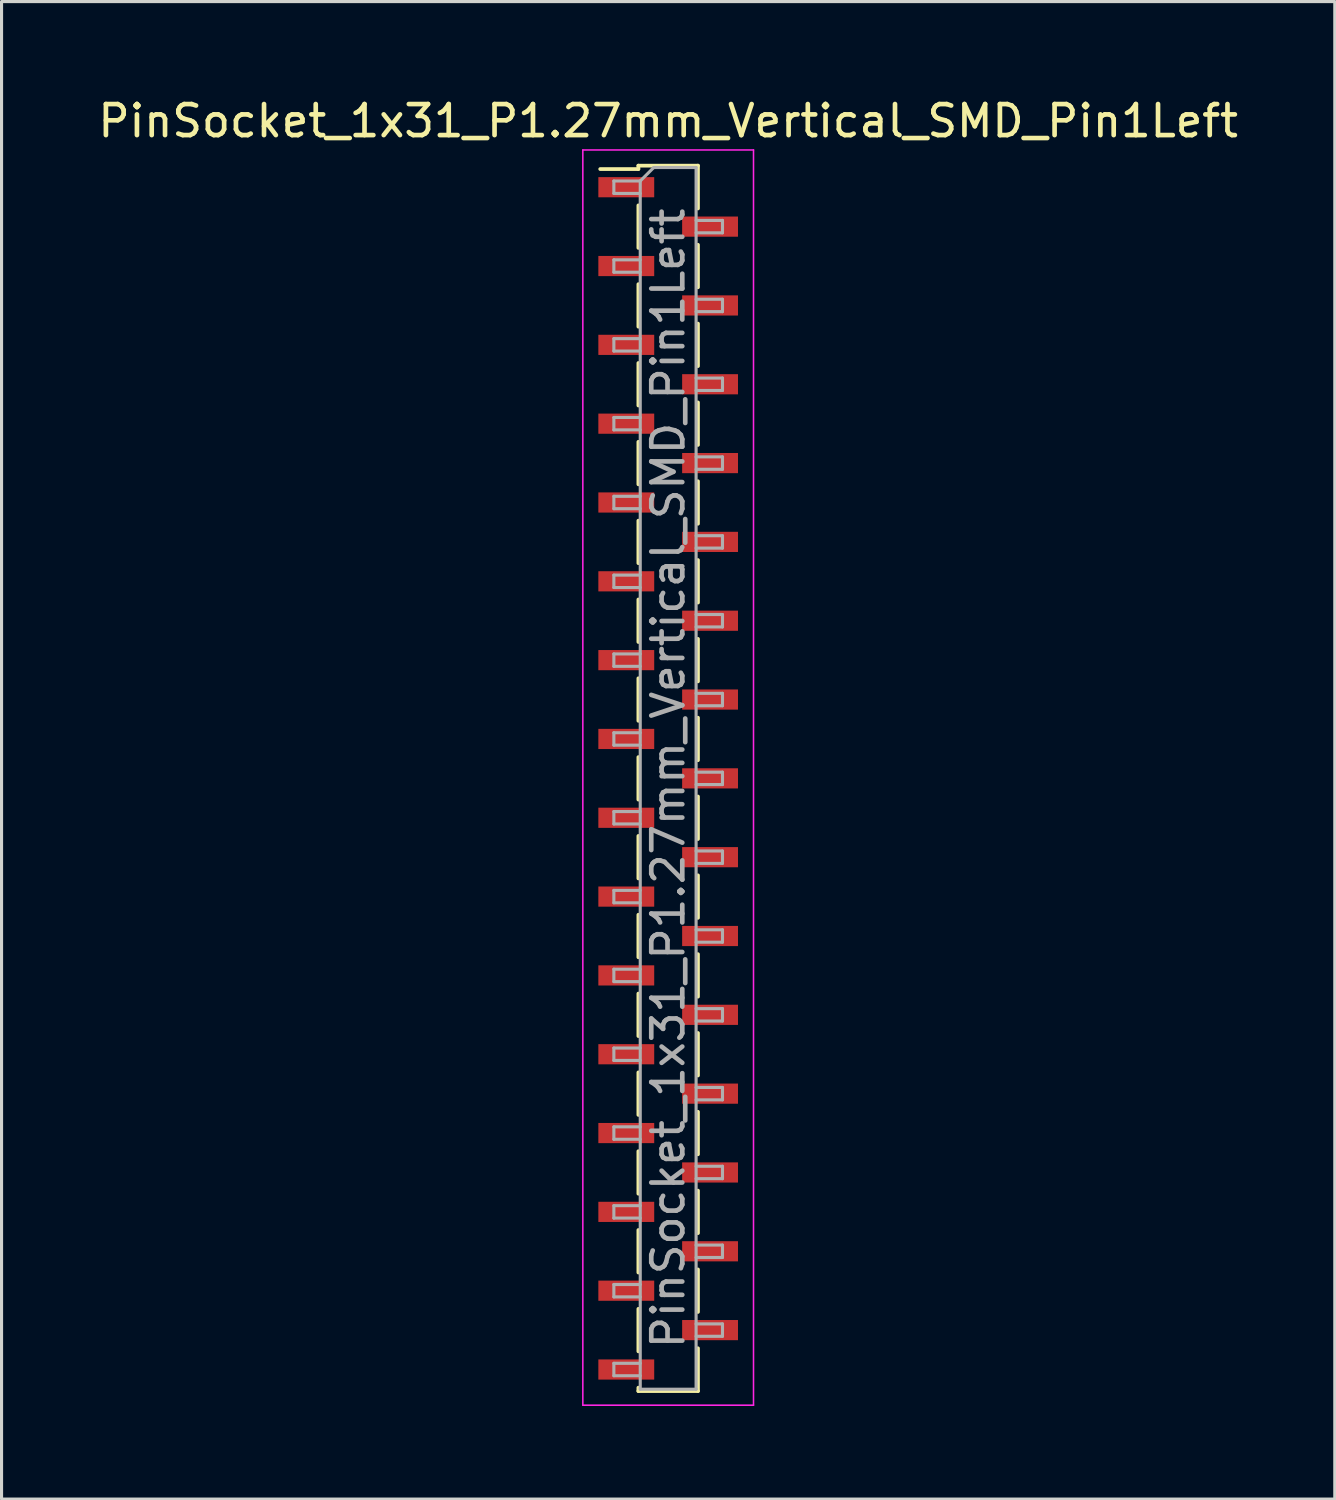
<source format=kicad_pcb>
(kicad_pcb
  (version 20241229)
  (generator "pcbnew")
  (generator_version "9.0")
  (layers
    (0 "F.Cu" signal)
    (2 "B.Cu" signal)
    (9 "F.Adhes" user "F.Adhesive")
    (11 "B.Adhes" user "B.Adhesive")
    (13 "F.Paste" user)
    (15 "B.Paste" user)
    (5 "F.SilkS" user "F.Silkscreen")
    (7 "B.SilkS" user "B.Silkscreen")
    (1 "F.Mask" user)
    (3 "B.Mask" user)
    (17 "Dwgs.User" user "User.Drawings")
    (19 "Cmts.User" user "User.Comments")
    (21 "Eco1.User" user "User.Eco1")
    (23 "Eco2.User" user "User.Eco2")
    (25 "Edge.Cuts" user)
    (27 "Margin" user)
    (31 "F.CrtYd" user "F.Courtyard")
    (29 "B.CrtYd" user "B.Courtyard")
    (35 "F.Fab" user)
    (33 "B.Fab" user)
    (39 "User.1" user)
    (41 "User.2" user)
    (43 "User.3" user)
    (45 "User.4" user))
  (footprint "PinSocket_1x31_P1.27mm_Vertical_SMD_Pin1Left"
    (layer "F.Cu")
    (at 18.482 22.033)
    (property "Reference" "PinSocket_1x31_P1.27mm_Vertical_SMD_Pin1Left" (at 0 -21.185 0) (layer "F.SilkS") (effects (font (size 1 1) (thickness 0.15))))
    (attr smd)
    (fp_line (start -2.19 -19.635) (end -0.96 -19.635) (stroke (width 0.12) (type solid)) (layer "F.SilkS"))
    (fp_line (start -0.96 -19.745) (end -0.96 -19.635) (stroke (width 0.12) (type solid)) (layer "F.SilkS"))
    (fp_line (start -0.96 -19.745) (end 0.96 -19.745) (stroke (width 0.12) (type solid)) (layer "F.SilkS"))
    (fp_line (start -0.96 -18.465) (end -0.96 -17.095) (stroke (width 0.12) (type solid)) (layer "F.SilkS"))
    (fp_line (start -0.96 -15.925) (end -0.96 -14.555) (stroke (width 0.12) (type solid)) (layer "F.SilkS"))
    (fp_line (start -0.96 -13.385) (end -0.96 -12.015) (stroke (width 0.12) (type solid)) (layer "F.SilkS"))
    (fp_line (start -0.96 -10.845) (end -0.96 -9.475) (stroke (width 0.12) (type solid)) (layer "F.SilkS"))
    (fp_line (start -0.96 -8.305) (end -0.96 -6.935) (stroke (width 0.12) (type solid)) (layer "F.SilkS"))
    (fp_line (start -0.96 -5.765) (end -0.96 -4.395) (stroke (width 0.12) (type solid)) (layer "F.SilkS"))
    (fp_line (start -0.96 -3.225) (end -0.96 -1.855) (stroke (width 0.12) (type solid)) (layer "F.SilkS"))
    (fp_line (start -0.96 -0.685) (end -0.96 0.685) (stroke (width 0.12) (type solid)) (layer "F.SilkS"))
    (fp_line (start -0.96 1.855) (end -0.96 3.225) (stroke (width 0.12) (type solid)) (layer "F.SilkS"))
    (fp_line (start -0.96 4.395) (end -0.96 5.765) (stroke (width 0.12) (type solid)) (layer "F.SilkS"))
    (fp_line (start -0.96 6.935) (end -0.96 8.305) (stroke (width 0.12) (type solid)) (layer "F.SilkS"))
    (fp_line (start -0.96 9.475) (end -0.96 10.845) (stroke (width 0.12) (type solid)) (layer "F.SilkS"))
    (fp_line (start -0.96 12.015) (end -0.96 13.385) (stroke (width 0.12) (type solid)) (layer "F.SilkS"))
    (fp_line (start -0.96 14.555) (end -0.96 15.925) (stroke (width 0.12) (type solid)) (layer "F.SilkS"))
    (fp_line (start -0.96 17.095) (end -0.96 18.465) (stroke (width 0.12) (type solid)) (layer "F.SilkS"))
    (fp_line (start -0.96 19.635) (end -0.96 19.745) (stroke (width 0.12) (type solid)) (layer "F.SilkS"))
    (fp_line (start -0.96 19.745) (end 0.96 19.745) (stroke (width 0.12) (type solid)) (layer "F.SilkS"))
    (fp_line (start 0.96 -19.745) (end 0.96 -18.365) (stroke (width 0.12) (type solid)) (layer "F.SilkS"))
    (fp_line (start 0.96 -17.195) (end 0.96 -15.825) (stroke (width 0.12) (type solid)) (layer "F.SilkS"))
    (fp_line (start 0.96 -14.655) (end 0.96 -13.285) (stroke (width 0.12) (type solid)) (layer "F.SilkS"))
    (fp_line (start 0.96 -12.115) (end 0.96 -10.745) (stroke (width 0.12) (type solid)) (layer "F.SilkS"))
    (fp_line (start 0.96 -9.575) (end 0.96 -8.205) (stroke (width 0.12) (type solid)) (layer "F.SilkS"))
    (fp_line (start 0.96 -7.035) (end 0.96 -5.665) (stroke (width 0.12) (type solid)) (layer "F.SilkS"))
    (fp_line (start 0.96 -4.495) (end 0.96 -3.125) (stroke (width 0.12) (type solid)) (layer "F.SilkS"))
    (fp_line (start 0.96 -1.955) (end 0.96 -0.585) (stroke (width 0.12) (type solid)) (layer "F.SilkS"))
    (fp_line (start 0.96 0.585) (end 0.96 1.955) (stroke (width 0.12) (type solid)) (layer "F.SilkS"))
    (fp_line (start 0.96 3.125) (end 0.96 4.495) (stroke (width 0.12) (type solid)) (layer "F.SilkS"))
    (fp_line (start 0.96 5.665) (end 0.96 7.035) (stroke (width 0.12) (type solid)) (layer "F.SilkS"))
    (fp_line (start 0.96 8.205) (end 0.96 9.575) (stroke (width 0.12) (type solid)) (layer "F.SilkS"))
    (fp_line (start 0.96 10.745) (end 0.96 12.115) (stroke (width 0.12) (type solid)) (layer "F.SilkS"))
    (fp_line (start 0.96 13.285) (end 0.96 14.655) (stroke (width 0.12) (type solid)) (layer "F.SilkS"))
    (fp_line (start 0.96 15.825) (end 0.96 17.195) (stroke (width 0.12) (type solid)) (layer "F.SilkS"))
    (fp_line (start 0.96 18.365) (end 0.96 19.745) (stroke (width 0.12) (type solid)) (layer "F.SilkS"))
    (fp_line (start -2.75 -20.25) (end 2.75 -20.25) (stroke (width 0.05) (type solid)) (layer "F.CrtYd"))
    (fp_line (start -2.75 20.2) (end -2.75 -20.25) (stroke (width 0.05) (type solid)) (layer "F.CrtYd"))
    (fp_line (start 2.75 -20.25) (end 2.75 20.2) (stroke (width 0.05) (type solid)) (layer "F.CrtYd"))
    (fp_line (start 2.75 20.2) (end -2.75 20.2) (stroke (width 0.05) (type solid)) (layer "F.CrtYd"))
    (fp_line (start -1.75 -19.25) (end -0.9 -19.25) (stroke (width 0.1) (type solid)) (layer "F.Fab"))
    (fp_line (start -1.75 -18.85) (end -1.75 -19.25) (stroke (width 0.1) (type solid)) (layer "F.Fab"))
    (fp_line (start -1.75 -16.71) (end -0.9 -16.71) (stroke (width 0.1) (type solid)) (layer "F.Fab"))
    (fp_line (start -1.75 -16.31) (end -1.75 -16.71) (stroke (width 0.1) (type solid)) (layer "F.Fab"))
    (fp_line (start -1.75 -14.17) (end -0.9 -14.17) (stroke (width 0.1) (type solid)) (layer "F.Fab"))
    (fp_line (start -1.75 -13.77) (end -1.75 -14.17) (stroke (width 0.1) (type solid)) (layer "F.Fab"))
    (fp_line (start -1.75 -11.63) (end -0.9 -11.63) (stroke (width 0.1) (type solid)) (layer "F.Fab"))
    (fp_line (start -1.75 -11.23) (end -1.75 -11.63) (stroke (width 0.1) (type solid)) (layer "F.Fab"))
    (fp_line (start -1.75 -9.09) (end -0.9 -9.09) (stroke (width 0.1) (type solid)) (layer "F.Fab"))
    (fp_line (start -1.75 -8.69) (end -1.75 -9.09) (stroke (width 0.1) (type solid)) (layer "F.Fab"))
    (fp_line (start -1.75 -6.55) (end -0.9 -6.55) (stroke (width 0.1) (type solid)) (layer "F.Fab"))
    (fp_line (start -1.75 -6.15) (end -1.75 -6.55) (stroke (width 0.1) (type solid)) (layer "F.Fab"))
    (fp_line (start -1.75 -4.01) (end -0.9 -4.01) (stroke (width 0.1) (type solid)) (layer "F.Fab"))
    (fp_line (start -1.75 -3.61) (end -1.75 -4.01) (stroke (width 0.1) (type solid)) (layer "F.Fab"))
    (fp_line (start -1.75 -1.47) (end -0.9 -1.47) (stroke (width 0.1) (type solid)) (layer "F.Fab"))
    (fp_line (start -1.75 -1.07) (end -1.75 -1.47) (stroke (width 0.1) (type solid)) (layer "F.Fab"))
    (fp_line (start -1.75 1.07) (end -0.9 1.07) (stroke (width 0.1) (type solid)) (layer "F.Fab"))
    (fp_line (start -1.75 1.47) (end -1.75 1.07) (stroke (width 0.1) (type solid)) (layer "F.Fab"))
    (fp_line (start -1.75 3.61) (end -0.9 3.61) (stroke (width 0.1) (type solid)) (layer "F.Fab"))
    (fp_line (start -1.75 4.01) (end -1.75 3.61) (stroke (width 0.1) (type solid)) (layer "F.Fab"))
    (fp_line (start -1.75 6.15) (end -0.9 6.15) (stroke (width 0.1) (type solid)) (layer "F.Fab"))
    (fp_line (start -1.75 6.55) (end -1.75 6.15) (stroke (width 0.1) (type solid)) (layer "F.Fab"))
    (fp_line (start -1.75 8.69) (end -0.9 8.69) (stroke (width 0.1) (type solid)) (layer "F.Fab"))
    (fp_line (start -1.75 9.09) (end -1.75 8.69) (stroke (width 0.1) (type solid)) (layer "F.Fab"))
    (fp_line (start -1.75 11.23) (end -0.9 11.23) (stroke (width 0.1) (type solid)) (layer "F.Fab"))
    (fp_line (start -1.75 11.63) (end -1.75 11.23) (stroke (width 0.1) (type solid)) (layer "F.Fab"))
    (fp_line (start -1.75 13.77) (end -0.9 13.77) (stroke (width 0.1) (type solid)) (layer "F.Fab"))
    (fp_line (start -1.75 14.17) (end -1.75 13.77) (stroke (width 0.1) (type solid)) (layer "F.Fab"))
    (fp_line (start -1.75 16.31) (end -0.9 16.31) (stroke (width 0.1) (type solid)) (layer "F.Fab"))
    (fp_line (start -1.75 16.71) (end -1.75 16.31) (stroke (width 0.1) (type solid)) (layer "F.Fab"))
    (fp_line (start -1.75 18.85) (end -0.9 18.85) (stroke (width 0.1) (type solid)) (layer "F.Fab"))
    (fp_line (start -1.75 19.25) (end -1.75 18.85) (stroke (width 0.1) (type solid)) (layer "F.Fab"))
    (fp_line (start -0.9 -19.25) (end -0.465 -19.685) (stroke (width 0.1) (type solid)) (layer "F.Fab"))
    (fp_line (start -0.9 -18.85) (end -1.75 -18.85) (stroke (width 0.1) (type solid)) (layer "F.Fab"))
    (fp_line (start -0.9 -16.31) (end -1.75 -16.31) (stroke (width 0.1) (type solid)) (layer "F.Fab"))
    (fp_line (start -0.9 -13.77) (end -1.75 -13.77) (stroke (width 0.1) (type solid)) (layer "F.Fab"))
    (fp_line (start -0.9 -11.23) (end -1.75 -11.23) (stroke (width 0.1) (type solid)) (layer "F.Fab"))
    (fp_line (start -0.9 -8.69) (end -1.75 -8.69) (stroke (width 0.1) (type solid)) (layer "F.Fab"))
    (fp_line (start -0.9 -6.15) (end -1.75 -6.15) (stroke (width 0.1) (type solid)) (layer "F.Fab"))
    (fp_line (start -0.9 -3.61) (end -1.75 -3.61) (stroke (width 0.1) (type solid)) (layer "F.Fab"))
    (fp_line (start -0.9 -1.07) (end -1.75 -1.07) (stroke (width 0.1) (type solid)) (layer "F.Fab"))
    (fp_line (start -0.9 1.47) (end -1.75 1.47) (stroke (width 0.1) (type solid)) (layer "F.Fab"))
    (fp_line (start -0.9 4.01) (end -1.75 4.01) (stroke (width 0.1) (type solid)) (layer "F.Fab"))
    (fp_line (start -0.9 6.55) (end -1.75 6.55) (stroke (width 0.1) (type solid)) (layer "F.Fab"))
    (fp_line (start -0.9 9.09) (end -1.75 9.09) (stroke (width 0.1) (type solid)) (layer "F.Fab"))
    (fp_line (start -0.9 11.63) (end -1.75 11.63) (stroke (width 0.1) (type solid)) (layer "F.Fab"))
    (fp_line (start -0.9 14.17) (end -1.75 14.17) (stroke (width 0.1) (type solid)) (layer "F.Fab"))
    (fp_line (start -0.9 16.71) (end -1.75 16.71) (stroke (width 0.1) (type solid)) (layer "F.Fab"))
    (fp_line (start -0.9 19.25) (end -1.75 19.25) (stroke (width 0.1) (type solid)) (layer "F.Fab"))
    (fp_line (start -0.9 19.685) (end -0.9 -19.25) (stroke (width 0.1) (type solid)) (layer "F.Fab"))
    (fp_line (start -0.465 -19.685) (end 0.9 -19.685) (stroke (width 0.1) (type solid)) (layer "F.Fab"))
    (fp_line (start 0.9 -19.685) (end 0.9 19.685) (stroke (width 0.1) (type solid)) (layer "F.Fab"))
    (fp_line (start 0.9 -17.98) (end 1.75 -17.98) (stroke (width 0.1) (type solid)) (layer "F.Fab"))
    (fp_line (start 0.9 -15.44) (end 1.75 -15.44) (stroke (width 0.1) (type solid)) (layer "F.Fab"))
    (fp_line (start 0.9 -12.9) (end 1.75 -12.9) (stroke (width 0.1) (type solid)) (layer "F.Fab"))
    (fp_line (start 0.9 -10.36) (end 1.75 -10.36) (stroke (width 0.1) (type solid)) (layer "F.Fab"))
    (fp_line (start 0.9 -7.82) (end 1.75 -7.82) (stroke (width 0.1) (type solid)) (layer "F.Fab"))
    (fp_line (start 0.9 -5.28) (end 1.75 -5.28) (stroke (width 0.1) (type solid)) (layer "F.Fab"))
    (fp_line (start 0.9 -2.74) (end 1.75 -2.74) (stroke (width 0.1) (type solid)) (layer "F.Fab"))
    (fp_line (start 0.9 -0.2) (end 1.75 -0.2) (stroke (width 0.1) (type solid)) (layer "F.Fab"))
    (fp_line (start 0.9 2.34) (end 1.75 2.34) (stroke (width 0.1) (type solid)) (layer "F.Fab"))
    (fp_line (start 0.9 4.88) (end 1.75 4.88) (stroke (width 0.1) (type solid)) (layer "F.Fab"))
    (fp_line (start 0.9 7.42) (end 1.75 7.42) (stroke (width 0.1) (type solid)) (layer "F.Fab"))
    (fp_line (start 0.9 9.96) (end 1.75 9.96) (stroke (width 0.1) (type solid)) (layer "F.Fab"))
    (fp_line (start 0.9 12.5) (end 1.75 12.5) (stroke (width 0.1) (type solid)) (layer "F.Fab"))
    (fp_line (start 0.9 15.04) (end 1.75 15.04) (stroke (width 0.1) (type solid)) (layer "F.Fab"))
    (fp_line (start 0.9 17.58) (end 1.75 17.58) (stroke (width 0.1) (type solid)) (layer "F.Fab"))
    (fp_line (start 0.9 19.685) (end -0.9 19.685) (stroke (width 0.1) (type solid)) (layer "F.Fab"))
    (fp_line (start 1.75 -17.98) (end 1.75 -17.58) (stroke (width 0.1) (type solid)) (layer "F.Fab"))
    (fp_line (start 1.75 -17.58) (end 0.9 -17.58) (stroke (width 0.1) (type solid)) (layer "F.Fab"))
    (fp_line (start 1.75 -15.44) (end 1.75 -15.04) (stroke (width 0.1) (type solid)) (layer "F.Fab"))
    (fp_line (start 1.75 -15.04) (end 0.9 -15.04) (stroke (width 0.1) (type solid)) (layer "F.Fab"))
    (fp_line (start 1.75 -12.9) (end 1.75 -12.5) (stroke (width 0.1) (type solid)) (layer "F.Fab"))
    (fp_line (start 1.75 -12.5) (end 0.9 -12.5) (stroke (width 0.1) (type solid)) (layer "F.Fab"))
    (fp_line (start 1.75 -10.36) (end 1.75 -9.96) (stroke (width 0.1) (type solid)) (layer "F.Fab"))
    (fp_line (start 1.75 -9.96) (end 0.9 -9.96) (stroke (width 0.1) (type solid)) (layer "F.Fab"))
    (fp_line (start 1.75 -7.82) (end 1.75 -7.42) (stroke (width 0.1) (type solid)) (layer "F.Fab"))
    (fp_line (start 1.75 -7.42) (end 0.9 -7.42) (stroke (width 0.1) (type solid)) (layer "F.Fab"))
    (fp_line (start 1.75 -5.28) (end 1.75 -4.88) (stroke (width 0.1) (type solid)) (layer "F.Fab"))
    (fp_line (start 1.75 -4.88) (end 0.9 -4.88) (stroke (width 0.1) (type solid)) (layer "F.Fab"))
    (fp_line (start 1.75 -2.74) (end 1.75 -2.34) (stroke (width 0.1) (type solid)) (layer "F.Fab"))
    (fp_line (start 1.75 -2.34) (end 0.9 -2.34) (stroke (width 0.1) (type solid)) (layer "F.Fab"))
    (fp_line (start 1.75 -0.2) (end 1.75 0.2) (stroke (width 0.1) (type solid)) (layer "F.Fab"))
    (fp_line (start 1.75 0.2) (end 0.9 0.2) (stroke (width 0.1) (type solid)) (layer "F.Fab"))
    (fp_line (start 1.75 2.34) (end 1.75 2.74) (stroke (width 0.1) (type solid)) (layer "F.Fab"))
    (fp_line (start 1.75 2.74) (end 0.9 2.74) (stroke (width 0.1) (type solid)) (layer "F.Fab"))
    (fp_line (start 1.75 4.88) (end 1.75 5.28) (stroke (width 0.1) (type solid)) (layer "F.Fab"))
    (fp_line (start 1.75 5.28) (end 0.9 5.28) (stroke (width 0.1) (type solid)) (layer "F.Fab"))
    (fp_line (start 1.75 7.42) (end 1.75 7.82) (stroke (width 0.1) (type solid)) (layer "F.Fab"))
    (fp_line (start 1.75 7.82) (end 0.9 7.82) (stroke (width 0.1) (type solid)) (layer "F.Fab"))
    (fp_line (start 1.75 9.96) (end 1.75 10.36) (stroke (width 0.1) (type solid)) (layer "F.Fab"))
    (fp_line (start 1.75 10.36) (end 0.9 10.36) (stroke (width 0.1) (type solid)) (layer "F.Fab"))
    (fp_line (start 1.75 12.5) (end 1.75 12.9) (stroke (width 0.1) (type solid)) (layer "F.Fab"))
    (fp_line (start 1.75 12.9) (end 0.9 12.9) (stroke (width 0.1) (type solid)) (layer "F.Fab"))
    (fp_line (start 1.75 15.04) (end 1.75 15.44) (stroke (width 0.1) (type solid)) (layer "F.Fab"))
    (fp_line (start 1.75 15.44) (end 0.9 15.44) (stroke (width 0.1) (type solid)) (layer "F.Fab"))
    (fp_line (start 1.75 17.58) (end 1.75 17.98) (stroke (width 0.1) (type solid)) (layer "F.Fab"))
    (fp_line (start 1.75 17.98) (end 0.9 17.98) (stroke (width 0.1) (type solid)) (layer "F.Fab"))
    (fp_text user "${REFERENCE}" (at 0 0 90) (layer "F.Fab") (effects (font (size 1 1) (thickness 0.15))))
    (pad "1" smd rect (at -1.35 -19.05) (size 1.8 0.65) (layers "F.Cu" "F.Mask" "F.Paste"))
    (pad "2" smd rect (at 1.35 -17.78) (size 1.8 0.65) (layers "F.Cu" "F.Mask" "F.Paste"))
    (pad "3" smd rect (at -1.35 -16.51) (size 1.8 0.65) (layers "F.Cu" "F.Mask" "F.Paste"))
    (pad "4" smd rect (at 1.35 -15.24) (size 1.8 0.65) (layers "F.Cu" "F.Mask" "F.Paste"))
    (pad "5" smd rect (at -1.35 -13.97) (size 1.8 0.65) (layers "F.Cu" "F.Mask" "F.Paste"))
    (pad "6" smd rect (at 1.35 -12.7) (size 1.8 0.65) (layers "F.Cu" "F.Mask" "F.Paste"))
    (pad "7" smd rect (at -1.35 -11.43) (size 1.8 0.65) (layers "F.Cu" "F.Mask" "F.Paste"))
    (pad "8" smd rect (at 1.35 -10.16) (size 1.8 0.65) (layers "F.Cu" "F.Mask" "F.Paste"))
    (pad "9" smd rect (at -1.35 -8.89) (size 1.8 0.65) (layers "F.Cu" "F.Mask" "F.Paste"))
    (pad "10" smd rect (at 1.35 -7.62) (size 1.8 0.65) (layers "F.Cu" "F.Mask" "F.Paste"))
    (pad "11" smd rect (at -1.35 -6.35) (size 1.8 0.65) (layers "F.Cu" "F.Mask" "F.Paste"))
    (pad "12" smd rect (at 1.35 -5.08) (size 1.8 0.65) (layers "F.Cu" "F.Mask" "F.Paste"))
    (pad "13" smd rect (at -1.35 -3.81) (size 1.8 0.65) (layers "F.Cu" "F.Mask" "F.Paste"))
    (pad "14" smd rect (at 1.35 -2.54) (size 1.8 0.65) (layers "F.Cu" "F.Mask" "F.Paste"))
    (pad "15" smd rect (at -1.35 -1.27) (size 1.8 0.65) (layers "F.Cu" "F.Mask" "F.Paste"))
    (pad "16" smd rect (at 1.35 0) (size 1.8 0.65) (layers "F.Cu" "F.Mask" "F.Paste"))
    (pad "17" smd rect (at -1.35 1.27) (size 1.8 0.65) (layers "F.Cu" "F.Mask" "F.Paste"))
    (pad "18" smd rect (at 1.35 2.54) (size 1.8 0.65) (layers "F.Cu" "F.Mask" "F.Paste"))
    (pad "19" smd rect (at -1.35 3.81) (size 1.8 0.65) (layers "F.Cu" "F.Mask" "F.Paste"))
    (pad "20" smd rect (at 1.35 5.08) (size 1.8 0.65) (layers "F.Cu" "F.Mask" "F.Paste"))
    (pad "21" smd rect (at -1.35 6.35) (size 1.8 0.65) (layers "F.Cu" "F.Mask" "F.Paste"))
    (pad "22" smd rect (at 1.35 7.62) (size 1.8 0.65) (layers "F.Cu" "F.Mask" "F.Paste"))
    (pad "23" smd rect (at -1.35 8.89) (size 1.8 0.65) (layers "F.Cu" "F.Mask" "F.Paste"))
    (pad "24" smd rect (at 1.35 10.16) (size 1.8 0.65) (layers "F.Cu" "F.Mask" "F.Paste"))
    (pad "25" smd rect (at -1.35 11.43) (size 1.8 0.65) (layers "F.Cu" "F.Mask" "F.Paste"))
    (pad "26" smd rect (at 1.35 12.7) (size 1.8 0.65) (layers "F.Cu" "F.Mask" "F.Paste"))
    (pad "27" smd rect (at -1.35 13.97) (size 1.8 0.65) (layers "F.Cu" "F.Mask" "F.Paste"))
    (pad "28" smd rect (at 1.35 15.24) (size 1.8 0.65) (layers "F.Cu" "F.Mask" "F.Paste"))
    (pad "29" smd rect (at -1.35 16.51) (size 1.8 0.65) (layers "F.Cu" "F.Mask" "F.Paste"))
    (pad "30" smd rect (at 1.35 17.78) (size 1.8 0.65) (layers "F.Cu" "F.Mask" "F.Paste"))
    (pad "31" smd rect (at -1.35 19.05) (size 1.8 0.65) (layers "F.Cu" "F.Mask" "F.Paste")))
  (gr_rect
    (start -3 -3)
    (end 39.964 45.258)
    (stroke (width 0.1) (type default))
    (fill no)
    (layer "Edge.Cuts")))
</source>
